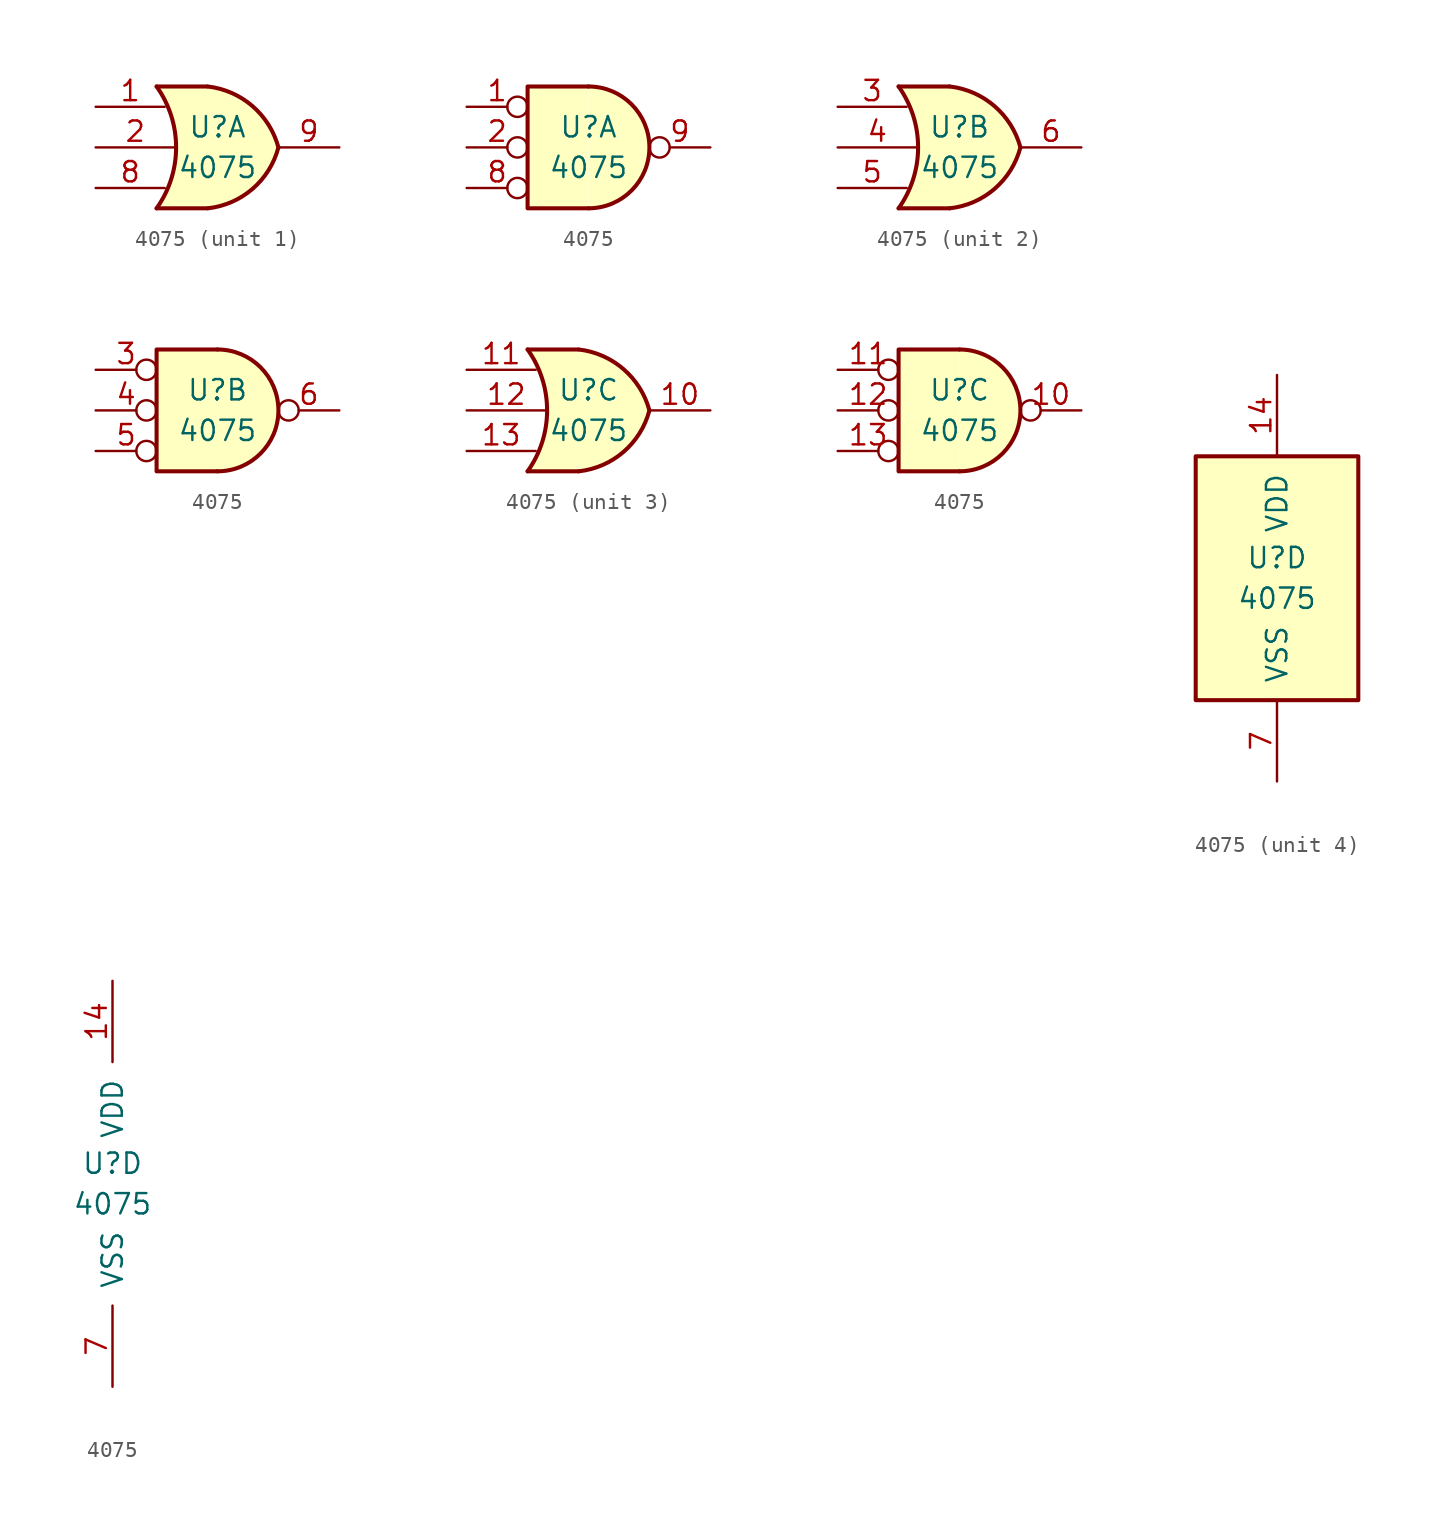
<source format=kicad_sym>
(kicad_symbol_lib
  (version 20201005)
  (generator kicad_symbol_editor)
  (symbol "4075"
    (pin_names
      (offset 1.016))
    (property "Reference" "U"
      (at 0 1.27 0)
      (effects (font (size 1.27 1.27))))
    (property "Value" "4075"
      (at 0 -1.27 0)
      (effects (font (size 1.27 1.27))))
    (property "ki_locked" ""
      (at 0 0 0)
      (effects (font (size 1.27 1.27))))
    (symbol "4075_1_1"
      (arc (start -3.81 3.81) (end -3.81 -3.81) (radius (at -9.144 0) (length 6.5532) (angles 35.4 -35.4)) (stroke (width 0.254)) (fill (type none)))
      (arc (start 3.81 0) (end -0.6096 3.81) (radius (at -1.1938 -1.3208) (length 5.1816) (angles 15 83.7)) (stroke (width 0.254)) (fill (type background)))
      (arc (start 3.81 0) (end -0.6096 -3.81) (radius (at -1.1938 1.3208) (length 5.1816) (angles -15 -83.7)) (stroke (width 0.254)) (fill (type background)))
      (polyline (pts (xy -3.81 -3.81) (xy -0.635 -3.81)) (stroke (width 0.254)) (fill (type background)))
      (polyline (pts (xy -3.81 3.81) (xy -0.635 3.81)) (stroke (width 0.254)) (fill (type background)))
      (polyline (pts (xy -0.635 3.81) (xy -3.81 3.81) (xy -3.81 3.81) (xy -3.556 3.404) (xy -3.023 2.261) (xy -2.692 1.041) (xy -2.616 -0.254) (xy -2.769 -1.499) (xy -3.175 -2.718) (xy -3.81 -3.81) (xy -3.81 -3.81) (xy -0.635 -3.81)) (stroke (width -25.4)) (fill (type background)))
      (pin input line (at -7.62 2.54 0) (length 4.318) (name "~" (effects (font (size 1.27 1.27)))) (number "1" (effects (font (size 1.27 1.27)))))
      (pin input line (at -7.62 0 0) (length 4.953) (name "~" (effects (font (size 1.27 1.27)))) (number "2" (effects (font (size 1.27 1.27)))))
      (pin input line (at -7.62 -2.54 0) (length 4.318) (name "~" (effects (font (size 1.27 1.27)))) (number "8" (effects (font (size 1.27 1.27)))))
      (pin output line (at 7.62 0 180) (length 3.81) (name "~" (effects (font (size 1.27 1.27)))) (number "9" (effects (font (size 1.27 1.27))))))
    (symbol "4075_1_2"
      (arc (start 0 -3.81) (end 0 3.81) (radius (at 0 0) (length 3.81) (angles -89.9 89.9)) (stroke (width 0.254)) (fill (type background)))
      (polyline (pts (xy 0 3.81) (xy -3.81 3.81) (xy -3.81 -3.81) (xy 0 -3.81)) (stroke (width 0.254)) (fill (type background)))
      (pin input inverted (at -7.62 2.54 0) (length 3.81) (name "~" (effects (font (size 1.27 1.27)))) (number "1" (effects (font (size 1.27 1.27)))))
      (pin input inverted (at -7.62 0 0) (length 3.81) (name "~" (effects (font (size 1.27 1.27)))) (number "2" (effects (font (size 1.27 1.27)))))
      (pin input inverted (at -7.62 -2.54 0) (length 3.81) (name "~" (effects (font (size 1.27 1.27)))) (number "8" (effects (font (size 1.27 1.27)))))
      (pin output inverted (at 7.62 0 180) (length 3.81) (name "~" (effects (font (size 1.27 1.27)))) (number "9" (effects (font (size 1.27 1.27))))))
    (symbol "4075_2_1"
      (arc (start -3.81 3.81) (end -3.81 -3.81) (radius (at -9.144 0) (length 6.5532) (angles 35.4 -35.4)) (stroke (width 0.254)) (fill (type none)))
      (arc (start 3.81 0) (end -0.6096 3.81) (radius (at -1.1938 -1.3208) (length 5.1816) (angles 15 83.7)) (stroke (width 0.254)) (fill (type background)))
      (arc (start 3.81 0) (end -0.6096 -3.81) (radius (at -1.1938 1.3208) (length 5.1816) (angles -15 -83.7)) (stroke (width 0.254)) (fill (type background)))
      (polyline (pts (xy -3.81 -3.81) (xy -0.635 -3.81)) (stroke (width 0.254)) (fill (type background)))
      (polyline (pts (xy -3.81 3.81) (xy -0.635 3.81)) (stroke (width 0.254)) (fill (type background)))
      (polyline (pts (xy -0.635 3.81) (xy -3.81 3.81) (xy -3.81 3.81) (xy -3.556 3.404) (xy -3.023 2.261) (xy -2.692 1.041) (xy -2.616 -0.254) (xy -2.769 -1.499) (xy -3.175 -2.718) (xy -3.81 -3.81) (xy -3.81 -3.81) (xy -0.635 -3.81)) (stroke (width -25.4)) (fill (type background)))
      (pin input line (at -7.62 2.54 0) (length 4.318) (name "~" (effects (font (size 1.27 1.27)))) (number "3" (effects (font (size 1.27 1.27)))))
      (pin input line (at -7.62 0 0) (length 4.953) (name "~" (effects (font (size 1.27 1.27)))) (number "4" (effects (font (size 1.27 1.27)))))
      (pin input line (at -7.62 -2.54 0) (length 4.318) (name "~" (effects (font (size 1.27 1.27)))) (number "5" (effects (font (size 1.27 1.27)))))
      (pin output line (at 7.62 0 180) (length 3.81) (name "~" (effects (font (size 1.27 1.27)))) (number "6" (effects (font (size 1.27 1.27))))))
    (symbol "4075_2_2"
      (arc (start 0 -3.81) (end 0 3.81) (radius (at 0 0) (length 3.81) (angles -89.9 89.9)) (stroke (width 0.254)) (fill (type background)))
      (polyline (pts (xy 0 3.81) (xy -3.81 3.81) (xy -3.81 -3.81) (xy 0 -3.81)) (stroke (width 0.254)) (fill (type background)))
      (pin input inverted (at -7.62 2.54 0) (length 3.81) (name "~" (effects (font (size 1.27 1.27)))) (number "3" (effects (font (size 1.27 1.27)))))
      (pin input inverted (at -7.62 0 0) (length 3.81) (name "~" (effects (font (size 1.27 1.27)))) (number "4" (effects (font (size 1.27 1.27)))))
      (pin input inverted (at -7.62 -2.54 0) (length 3.81) (name "~" (effects (font (size 1.27 1.27)))) (number "5" (effects (font (size 1.27 1.27)))))
      (pin output inverted (at 7.62 0 180) (length 3.81) (name "~" (effects (font (size 1.27 1.27)))) (number "6" (effects (font (size 1.27 1.27))))))
    (symbol "4075_3_1"
      (arc (start -3.81 3.81) (end -3.81 -3.81) (radius (at -9.144 0) (length 6.5532) (angles 35.4 -35.4)) (stroke (width 0.254)) (fill (type none)))
      (arc (start 3.81 0) (end -0.6096 3.81) (radius (at -1.1938 -1.3208) (length 5.1816) (angles 15 83.7)) (stroke (width 0.254)) (fill (type background)))
      (arc (start 3.81 0) (end -0.6096 -3.81) (radius (at -1.1938 1.3208) (length 5.1816) (angles -15 -83.7)) (stroke (width 0.254)) (fill (type background)))
      (polyline (pts (xy -3.81 -3.81) (xy -0.635 -3.81)) (stroke (width 0.254)) (fill (type background)))
      (polyline (pts (xy -3.81 3.81) (xy -0.635 3.81)) (stroke (width 0.254)) (fill (type background)))
      (polyline (pts (xy -0.635 3.81) (xy -3.81 3.81) (xy -3.81 3.81) (xy -3.556 3.404) (xy -3.023 2.261) (xy -2.692 1.041) (xy -2.616 -0.254) (xy -2.769 -1.499) (xy -3.175 -2.718) (xy -3.81 -3.81) (xy -3.81 -3.81) (xy -0.635 -3.81)) (stroke (width -25.4)) (fill (type background)))
      (pin output line (at 7.62 0 180) (length 3.81) (name "~" (effects (font (size 1.27 1.27)))) (number "10" (effects (font (size 1.27 1.27)))))
      (pin input line (at -7.62 2.54 0) (length 4.318) (name "~" (effects (font (size 1.27 1.27)))) (number "11" (effects (font (size 1.27 1.27)))))
      (pin input line (at -7.62 0 0) (length 4.953) (name "~" (effects (font (size 1.27 1.27)))) (number "12" (effects (font (size 1.27 1.27)))))
      (pin input line (at -7.62 -2.54 0) (length 4.318) (name "~" (effects (font (size 1.27 1.27)))) (number "13" (effects (font (size 1.27 1.27))))))
    (symbol "4075_3_2"
      (arc (start 0 -3.81) (end 0 3.81) (radius (at 0 0) (length 3.81) (angles -89.9 89.9)) (stroke (width 0.254)) (fill (type background)))
      (polyline (pts (xy 0 3.81) (xy -3.81 3.81) (xy -3.81 -3.81) (xy 0 -3.81)) (stroke (width 0.254)) (fill (type background)))
      (pin output inverted (at 7.62 0 180) (length 3.81) (name "~" (effects (font (size 1.27 1.27)))) (number "10" (effects (font (size 1.27 1.27)))))
      (pin input inverted (at -7.62 2.54 0) (length 3.81) (name "~" (effects (font (size 1.27 1.27)))) (number "11" (effects (font (size 1.27 1.27)))))
      (pin input inverted (at -7.62 0 0) (length 3.81) (name "~" (effects (font (size 1.27 1.27)))) (number "12" (effects (font (size 1.27 1.27)))))
      (pin input inverted (at -7.62 -2.54 0) (length 3.81) (name "~" (effects (font (size 1.27 1.27)))) (number "13" (effects (font (size 1.27 1.27))))))
    (symbol "4075_4_0"
      (pin power_in line (at 0 12.7 270) (length 5.08) (name "VDD" (effects (font (size 1.27 1.27)))) (number "14" (effects (font (size 1.27 1.27)))))
      (pin power_in line (at 0 -12.7 90) (length 5.08) (name "VSS" (effects (font (size 1.27 1.27)))) (number "7" (effects (font (size 1.27 1.27))))))
    (symbol "4075_4_1"
      (rectangle (start -5.08 7.62) (end 5.08 -7.62) (stroke (width 0.254)) (fill (type background))))))
</source>
